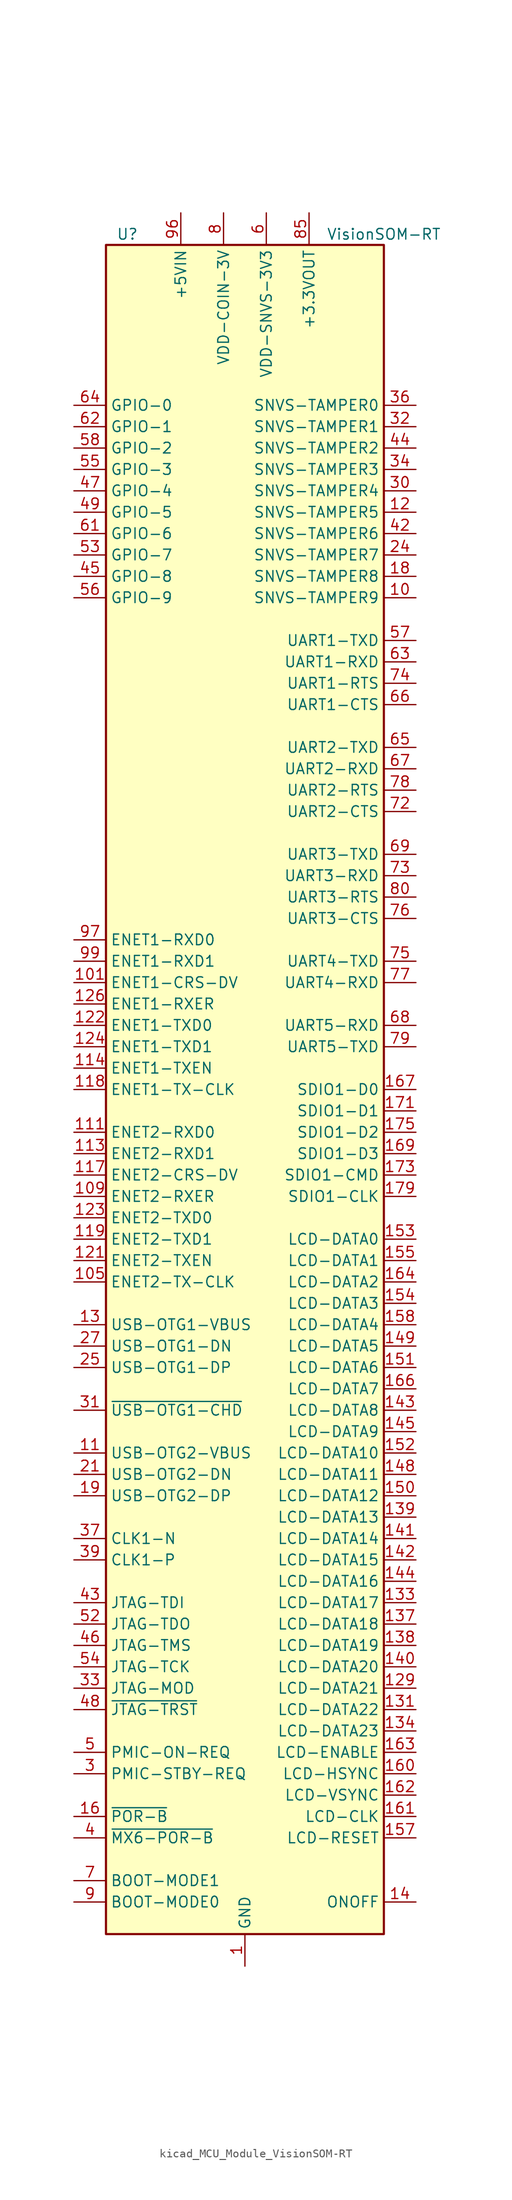
<source format=kicad_sym>
(kicad_symbol_lib
  (version 20220914)
  (generator kicad_symbol_editor)
  (symbol "kicad_MCU_Module_VisionSOM-RT"
    (property "Reference" "U"
      (at -13.97 101.6 0)
      (effects (font (size 1.27 1.27))))
    (property "Value" "VisionSOM-RT"
      (at 16.51 101.6 0)
      (effects (font (size 1.27 1.27))))
    (symbol "kicad_MCU_Module_VisionSOM-RT_0_1"
      (rectangle (start -16.51 100.33) (end 16.51 -100.33) (stroke (width 0.254) (type default)) (fill (type background))))
    (symbol "kicad_MCU_Module_VisionSOM-RT_1_1"
      (pin power_in line (at 0 -104.14 90) (length 3.81) (name "GND" (effects (font (size 1.27 1.27)))) (number "1" (effects (font (size 1.27 1.27)))))
      (pin bidirectional line (at 20.32 58.42 180) (length 3.81) (name "SNVS-TAMPER9" (effects (font (size 1.27 1.27)))) (number "10" (effects (font (size 1.27 1.27)))))
      (pin passive line (at -7.62 104.14 270) (length 3.81) hide (name "+5VIN" (effects (font (size 1.27 1.27)))) (number "100" (effects (font (size 1.27 1.27)))))
      (pin bidirectional line (at -20.32 12.7 0) (length 3.81) (name "ENET1-CRS-DV" (effects (font (size 1.27 1.27)))) (number "101" (effects (font (size 1.27 1.27)))))
      (pin passive line (at -7.62 104.14 270) (length 3.81) hide (name "+5VIN" (effects (font (size 1.27 1.27)))) (number "102" (effects (font (size 1.27 1.27)))))
      (pin passive line (at 0 -104.14 90) (length 3.81) hide (name "GND" (effects (font (size 1.27 1.27)))) (number "103" (effects (font (size 1.27 1.27)))))
      (pin passive line (at -7.62 104.14 270) (length 3.81) hide (name "+5VIN" (effects (font (size 1.27 1.27)))) (number "104" (effects (font (size 1.27 1.27)))))
      (pin bidirectional line (at -20.32 -22.86 0) (length 3.81) (name "ENET2-TX-CLK" (effects (font (size 1.27 1.27)))) (number "105" (effects (font (size 1.27 1.27)))))
      (pin passive line (at -7.62 104.14 270) (length 3.81) hide (name "+5VIN" (effects (font (size 1.27 1.27)))) (number "106" (effects (font (size 1.27 1.27)))))
      (pin passive line (at 0 -104.14 90) (length 3.81) hide (name "GND" (effects (font (size 1.27 1.27)))) (number "107" (effects (font (size 1.27 1.27)))))
      (pin passive line (at -7.62 104.14 270) (length 3.81) hide (name "+5VIN" (effects (font (size 1.27 1.27)))) (number "108" (effects (font (size 1.27 1.27)))))
      (pin bidirectional line (at -20.32 -12.7 0) (length 3.81) (name "ENET2-RXER" (effects (font (size 1.27 1.27)))) (number "109" (effects (font (size 1.27 1.27)))))
      (pin input line (at -20.32 -43.18 0) (length 3.81) (name "USB-OTG2-VBUS" (effects (font (size 1.27 1.27)))) (number "11" (effects (font (size 1.27 1.27)))))
      (pin passive line (at -7.62 104.14 270) (length 3.81) hide (name "+5VIN" (effects (font (size 1.27 1.27)))) (number "110" (effects (font (size 1.27 1.27)))))
      (pin bidirectional line (at -20.32 -5.08 0) (length 3.81) (name "ENET2-RXD0" (effects (font (size 1.27 1.27)))) (number "111" (effects (font (size 1.27 1.27)))))
      (pin passive line (at -7.62 104.14 270) (length 3.81) hide (name "+5VIN" (effects (font (size 1.27 1.27)))) (number "112" (effects (font (size 1.27 1.27)))))
      (pin bidirectional line (at -20.32 -7.62 0) (length 3.81) (name "ENET2-RXD1" (effects (font (size 1.27 1.27)))) (number "113" (effects (font (size 1.27 1.27)))))
      (pin bidirectional line (at -20.32 2.54 0) (length 3.81) (name "ENET1-TXEN" (effects (font (size 1.27 1.27)))) (number "114" (effects (font (size 1.27 1.27)))))
      (pin passive line (at 0 -104.14 90) (length 3.81) hide (name "GND" (effects (font (size 1.27 1.27)))) (number "115" (effects (font (size 1.27 1.27)))))
      (pin passive line (at 0 -104.14 90) (length 3.81) hide (name "GND" (effects (font (size 1.27 1.27)))) (number "116" (effects (font (size 1.27 1.27)))))
      (pin bidirectional line (at -20.32 -10.16 0) (length 3.81) (name "ENET2-CRS-DV" (effects (font (size 1.27 1.27)))) (number "117" (effects (font (size 1.27 1.27)))))
      (pin bidirectional line (at -20.32 0 0) (length 3.81) (name "ENET1-TX-CLK" (effects (font (size 1.27 1.27)))) (number "118" (effects (font (size 1.27 1.27)))))
      (pin bidirectional line (at -20.32 -17.78 0) (length 3.81) (name "ENET2-TXD1" (effects (font (size 1.27 1.27)))) (number "119" (effects (font (size 1.27 1.27)))))
      (pin bidirectional line (at 20.32 68.58 180) (length 3.81) (name "SNVS-TAMPER5" (effects (font (size 1.27 1.27)))) (number "12" (effects (font (size 1.27 1.27)))))
      (pin passive line (at 0 -104.14 90) (length 3.81) hide (name "GND" (effects (font (size 1.27 1.27)))) (number "120" (effects (font (size 1.27 1.27)))))
      (pin bidirectional line (at -20.32 -20.32 0) (length 3.81) (name "ENET2-TXEN" (effects (font (size 1.27 1.27)))) (number "121" (effects (font (size 1.27 1.27)))))
      (pin bidirectional line (at -20.32 7.62 0) (length 3.81) (name "ENET1-TXD0" (effects (font (size 1.27 1.27)))) (number "122" (effects (font (size 1.27 1.27)))))
      (pin bidirectional line (at -20.32 -15.24 0) (length 3.81) (name "ENET2-TXD0" (effects (font (size 1.27 1.27)))) (number "123" (effects (font (size 1.27 1.27)))))
      (pin bidirectional line (at -20.32 5.08 0) (length 3.81) (name "ENET1-TXD1" (effects (font (size 1.27 1.27)))) (number "124" (effects (font (size 1.27 1.27)))))
      (pin passive line (at 0 -104.14 90) (length 3.81) hide (name "GND" (effects (font (size 1.27 1.27)))) (number "125" (effects (font (size 1.27 1.27)))))
      (pin bidirectional line (at -20.32 10.16 0) (length 3.81) (name "ENET1-RXER" (effects (font (size 1.27 1.27)))) (number "126" (effects (font (size 1.27 1.27)))))
      (pin passive line (at 0 -104.14 90) (length 3.81) hide (name "GND" (effects (font (size 1.27 1.27)))) (number "127" (effects (font (size 1.27 1.27)))))
      (pin passive line (at 0 -104.14 90) (length 3.81) hide (name "GND" (effects (font (size 1.27 1.27)))) (number "128" (effects (font (size 1.27 1.27)))))
      (pin bidirectional line (at 20.32 -71.12 180) (length 3.81) (name "LCD-DATA21" (effects (font (size 1.27 1.27)))) (number "129" (effects (font (size 1.27 1.27)))))
      (pin input line (at -20.32 -27.94 0) (length 3.81) (name "USB-OTG1-VBUS" (effects (font (size 1.27 1.27)))) (number "13" (effects (font (size 1.27 1.27)))))
      (pin passive line (at 0 -104.14 90) (length 3.81) hide (name "GND" (effects (font (size 1.27 1.27)))) (number "130" (effects (font (size 1.27 1.27)))))
      (pin bidirectional line (at 20.32 -73.66 180) (length 3.81) (name "LCD-DATA22" (effects (font (size 1.27 1.27)))) (number "131" (effects (font (size 1.27 1.27)))))
      (pin passive line (at 0 -104.14 90) (length 3.81) hide (name "GND" (effects (font (size 1.27 1.27)))) (number "132" (effects (font (size 1.27 1.27)))))
      (pin bidirectional line (at 20.32 -60.96 180) (length 3.81) (name "LCD-DATA17" (effects (font (size 1.27 1.27)))) (number "133" (effects (font (size 1.27 1.27)))))
      (pin bidirectional line (at 20.32 -76.2 180) (length 3.81) (name "LCD-DATA23" (effects (font (size 1.27 1.27)))) (number "134" (effects (font (size 1.27 1.27)))))
      (pin passive line (at 0 -104.14 90) (length 3.81) hide (name "GND" (effects (font (size 1.27 1.27)))) (number "135" (effects (font (size 1.27 1.27)))))
      (pin passive line (at 0 -104.14 90) (length 3.81) hide (name "GND" (effects (font (size 1.27 1.27)))) (number "136" (effects (font (size 1.27 1.27)))))
      (pin bidirectional line (at 20.32 -63.5 180) (length 3.81) (name "LCD-DATA18" (effects (font (size 1.27 1.27)))) (number "137" (effects (font (size 1.27 1.27)))))
      (pin bidirectional line (at 20.32 -66.04 180) (length 3.81) (name "LCD-DATA19" (effects (font (size 1.27 1.27)))) (number "138" (effects (font (size 1.27 1.27)))))
      (pin bidirectional line (at 20.32 -50.8 180) (length 3.81) (name "LCD-DATA13" (effects (font (size 1.27 1.27)))) (number "139" (effects (font (size 1.27 1.27)))))
      (pin input line (at 20.32 -96.52 180) (length 3.81) (name "ONOFF" (effects (font (size 1.27 1.27)))) (number "14" (effects (font (size 1.27 1.27)))))
      (pin bidirectional line (at 20.32 -68.58 180) (length 3.81) (name "LCD-DATA20" (effects (font (size 1.27 1.27)))) (number "140" (effects (font (size 1.27 1.27)))))
      (pin bidirectional line (at 20.32 -53.34 180) (length 3.81) (name "LCD-DATA14" (effects (font (size 1.27 1.27)))) (number "141" (effects (font (size 1.27 1.27)))))
      (pin bidirectional line (at 20.32 -55.88 180) (length 3.81) (name "LCD-DATA15" (effects (font (size 1.27 1.27)))) (number "142" (effects (font (size 1.27 1.27)))))
      (pin bidirectional line (at 20.32 -38.1 180) (length 3.81) (name "LCD-DATA8" (effects (font (size 1.27 1.27)))) (number "143" (effects (font (size 1.27 1.27)))))
      (pin bidirectional line (at 20.32 -58.42 180) (length 3.81) (name "LCD-DATA16" (effects (font (size 1.27 1.27)))) (number "144" (effects (font (size 1.27 1.27)))))
      (pin bidirectional line (at 20.32 -40.64 180) (length 3.81) (name "LCD-DATA9" (effects (font (size 1.27 1.27)))) (number "145" (effects (font (size 1.27 1.27)))))
      (pin passive line (at 0 -104.14 90) (length 3.81) hide (name "GND" (effects (font (size 1.27 1.27)))) (number "146" (effects (font (size 1.27 1.27)))))
      (pin passive line (at 0 -104.14 90) (length 3.81) hide (name "GND" (effects (font (size 1.27 1.27)))) (number "147" (effects (font (size 1.27 1.27)))))
      (pin bidirectional line (at 20.32 -45.72 180) (length 3.81) (name "LCD-DATA11" (effects (font (size 1.27 1.27)))) (number "148" (effects (font (size 1.27 1.27)))))
      (pin bidirectional line (at 20.32 -30.48 180) (length 3.81) (name "LCD-DATA5" (effects (font (size 1.27 1.27)))) (number "149" (effects (font (size 1.27 1.27)))))
      (pin passive line (at 0 -104.14 90) (length 3.81) hide (name "GND" (effects (font (size 1.27 1.27)))) (number "15" (effects (font (size 1.27 1.27)))))
      (pin bidirectional line (at 20.32 -48.26 180) (length 3.81) (name "LCD-DATA12" (effects (font (size 1.27 1.27)))) (number "150" (effects (font (size 1.27 1.27)))))
      (pin bidirectional line (at 20.32 -33.02 180) (length 3.81) (name "LCD-DATA6" (effects (font (size 1.27 1.27)))) (number "151" (effects (font (size 1.27 1.27)))))
      (pin bidirectional line (at 20.32 -43.18 180) (length 3.81) (name "LCD-DATA10" (effects (font (size 1.27 1.27)))) (number "152" (effects (font (size 1.27 1.27)))))
      (pin bidirectional line (at 20.32 -17.78 180) (length 3.81) (name "LCD-DATA0" (effects (font (size 1.27 1.27)))) (number "153" (effects (font (size 1.27 1.27)))))
      (pin bidirectional line (at 20.32 -25.4 180) (length 3.81) (name "LCD-DATA3" (effects (font (size 1.27 1.27)))) (number "154" (effects (font (size 1.27 1.27)))))
      (pin bidirectional line (at 20.32 -20.32 180) (length 3.81) (name "LCD-DATA1" (effects (font (size 1.27 1.27)))) (number "155" (effects (font (size 1.27 1.27)))))
      (pin passive line (at 0 -104.14 90) (length 3.81) hide (name "GND" (effects (font (size 1.27 1.27)))) (number "156" (effects (font (size 1.27 1.27)))))
      (pin bidirectional line (at 20.32 -88.9 180) (length 3.81) (name "LCD-RESET" (effects (font (size 1.27 1.27)))) (number "157" (effects (font (size 1.27 1.27)))))
      (pin bidirectional line (at 20.32 -27.94 180) (length 3.81) (name "LCD-DATA4" (effects (font (size 1.27 1.27)))) (number "158" (effects (font (size 1.27 1.27)))))
      (pin passive line (at 0 -104.14 90) (length 3.81) hide (name "GND" (effects (font (size 1.27 1.27)))) (number "159" (effects (font (size 1.27 1.27)))))
      (pin input line (at -20.32 -86.36 0) (length 3.81) (name "~{POR-B}" (effects (font (size 1.27 1.27)))) (number "16" (effects (font (size 1.27 1.27)))))
      (pin bidirectional line (at 20.32 -81.28 180) (length 3.81) (name "LCD-HSYNC" (effects (font (size 1.27 1.27)))) (number "160" (effects (font (size 1.27 1.27)))))
      (pin bidirectional line (at 20.32 -86.36 180) (length 3.81) (name "LCD-CLK" (effects (font (size 1.27 1.27)))) (number "161" (effects (font (size 1.27 1.27)))))
      (pin bidirectional line (at 20.32 -83.82 180) (length 3.81) (name "LCD-VSYNC" (effects (font (size 1.27 1.27)))) (number "162" (effects (font (size 1.27 1.27)))))
      (pin bidirectional line (at 20.32 -78.74 180) (length 3.81) (name "LCD-ENABLE" (effects (font (size 1.27 1.27)))) (number "163" (effects (font (size 1.27 1.27)))))
      (pin bidirectional line (at 20.32 -22.86 180) (length 3.81) (name "LCD-DATA2" (effects (font (size 1.27 1.27)))) (number "164" (effects (font (size 1.27 1.27)))))
      (pin passive line (at 0 -104.14 90) (length 3.81) hide (name "GND" (effects (font (size 1.27 1.27)))) (number "165" (effects (font (size 1.27 1.27)))))
      (pin bidirectional line (at 20.32 -35.56 180) (length 3.81) (name "LCD-DATA7" (effects (font (size 1.27 1.27)))) (number "166" (effects (font (size 1.27 1.27)))))
      (pin bidirectional line (at 20.32 0 180) (length 3.81) (name "SDIO1-D0" (effects (font (size 1.27 1.27)))) (number "167" (effects (font (size 1.27 1.27)))))
      (pin passive line (at 0 -104.14 90) (length 3.81) hide (name "GND" (effects (font (size 1.27 1.27)))) (number "168" (effects (font (size 1.27 1.27)))))
      (pin bidirectional line (at 20.32 -7.62 180) (length 3.81) (name "SDIO1-D3" (effects (font (size 1.27 1.27)))) (number "169" (effects (font (size 1.27 1.27)))))
      (pin passive line (at 0 -104.14 90) (length 3.81) hide (name "GND" (effects (font (size 1.27 1.27)))) (number "17" (effects (font (size 1.27 1.27)))))
      (pin passive line (at 0 -104.14 90) (length 3.81) hide (name "GND" (effects (font (size 1.27 1.27)))) (number "170" (effects (font (size 1.27 1.27)))))
      (pin bidirectional line (at 20.32 -2.54 180) (length 3.81) (name "SDIO1-D1" (effects (font (size 1.27 1.27)))) (number "171" (effects (font (size 1.27 1.27)))))
      (pin passive line (at 0 -104.14 90) (length 3.81) hide (name "GND" (effects (font (size 1.27 1.27)))) (number "172" (effects (font (size 1.27 1.27)))))
      (pin bidirectional line (at 20.32 -10.16 180) (length 3.81) (name "SDIO1-CMD" (effects (font (size 1.27 1.27)))) (number "173" (effects (font (size 1.27 1.27)))))
      (pin passive line (at 0 -104.14 90) (length 3.81) hide (name "GND" (effects (font (size 1.27 1.27)))) (number "174" (effects (font (size 1.27 1.27)))))
      (pin bidirectional line (at 20.32 -5.08 180) (length 3.81) (name "SDIO1-D2" (effects (font (size 1.27 1.27)))) (number "175" (effects (font (size 1.27 1.27)))))
      (pin no_connect line (at -5.08 -99.06 90) (length 3.81) hide (name "NC" (effects (font (size 1.27 1.27)))) (number "176" (effects (font (size 1.27 1.27)))))
      (pin passive line (at 0 -104.14 90) (length 3.81) hide (name "GND" (effects (font (size 1.27 1.27)))) (number "177" (effects (font (size 1.27 1.27)))))
      (pin no_connect line (at -2.54 -99.06 90) (length 3.81) hide (name "NC" (effects (font (size 1.27 1.27)))) (number "178" (effects (font (size 1.27 1.27)))))
      (pin bidirectional line (at 20.32 -12.7 180) (length 3.81) (name "SDIO1-CLK" (effects (font (size 1.27 1.27)))) (number "179" (effects (font (size 1.27 1.27)))))
      (pin bidirectional line (at 20.32 60.96 180) (length 3.81) (name "SNVS-TAMPER8" (effects (font (size 1.27 1.27)))) (number "18" (effects (font (size 1.27 1.27)))))
      (pin no_connect line (at 2.54 -99.06 90) (length 3.81) hide (name "NC" (effects (font (size 1.27 1.27)))) (number "180" (effects (font (size 1.27 1.27)))))
      (pin passive line (at 0 -104.14 90) (length 3.81) hide (name "GND" (effects (font (size 1.27 1.27)))) (number "181" (effects (font (size 1.27 1.27)))))
      (pin no_connect line (at 5.08 -99.06 90) (length 3.81) hide (name "NC" (effects (font (size 1.27 1.27)))) (number "182" (effects (font (size 1.27 1.27)))))
      (pin no_connect line (at -15.24 22.86 0) (length 3.81) hide (name "NC" (effects (font (size 1.27 1.27)))) (number "183" (effects (font (size 1.27 1.27)))))
      (pin passive line (at 0 -104.14 90) (length 3.81) hide (name "GND" (effects (font (size 1.27 1.27)))) (number "184" (effects (font (size 1.27 1.27)))))
      (pin passive line (at 0 -104.14 90) (length 3.81) hide (name "GND" (effects (font (size 1.27 1.27)))) (number "185" (effects (font (size 1.27 1.27)))))
      (pin no_connect line (at -15.24 35.56 0) (length 3.81) hide (name "NC" (effects (font (size 1.27 1.27)))) (number "186" (effects (font (size 1.27 1.27)))))
      (pin no_connect line (at -15.24 25.4 0) (length 3.81) hide (name "NC" (effects (font (size 1.27 1.27)))) (number "187" (effects (font (size 1.27 1.27)))))
      (pin no_connect line (at -15.24 33.02 0) (length 3.81) hide (name "NC" (effects (font (size 1.27 1.27)))) (number "188" (effects (font (size 1.27 1.27)))))
      (pin passive line (at 0 -104.14 90) (length 3.81) hide (name "GND" (effects (font (size 1.27 1.27)))) (number "189" (effects (font (size 1.27 1.27)))))
      (pin bidirectional line (at -20.32 -48.26 0) (length 3.81) (name "USB-OTG2-DP" (effects (font (size 1.27 1.27)))) (number "19" (effects (font (size 1.27 1.27)))))
      (pin no_connect line (at -15.24 38.1 0) (length 3.81) hide (name "NC" (effects (font (size 1.27 1.27)))) (number "190" (effects (font (size 1.27 1.27)))))
      (pin no_connect line (at -15.24 40.64 0) (length 3.81) hide (name "NC" (effects (font (size 1.27 1.27)))) (number "191" (effects (font (size 1.27 1.27)))))
      (pin no_connect line (at -15.24 43.18 0) (length 3.81) hide (name "NC" (effects (font (size 1.27 1.27)))) (number "192" (effects (font (size 1.27 1.27)))))
      (pin no_connect line (at -15.24 48.26 0) (length 3.81) hide (name "NC" (effects (font (size 1.27 1.27)))) (number "193" (effects (font (size 1.27 1.27)))))
      (pin no_connect line (at -15.24 45.72 0) (length 3.81) hide (name "NC" (effects (font (size 1.27 1.27)))) (number "194" (effects (font (size 1.27 1.27)))))
      (pin no_connect line (at -15.24 50.8 0) (length 3.81) hide (name "NC" (effects (font (size 1.27 1.27)))) (number "195" (effects (font (size 1.27 1.27)))))
      (pin no_connect line (at -15.24 53.34 0) (length 3.81) hide (name "NC" (effects (font (size 1.27 1.27)))) (number "196" (effects (font (size 1.27 1.27)))))
      (pin no_connect line (at -15.24 30.48 0) (length 3.81) hide (name "NC" (effects (font (size 1.27 1.27)))) (number "197" (effects (font (size 1.27 1.27)))))
      (pin no_connect line (at -15.24 27.94 0) (length 3.81) hide (name "NC" (effects (font (size 1.27 1.27)))) (number "198" (effects (font (size 1.27 1.27)))))
      (pin passive line (at 0 -104.14 90) (length 3.81) hide (name "GND" (effects (font (size 1.27 1.27)))) (number "199" (effects (font (size 1.27 1.27)))))
      (pin passive line (at 0 -104.14 90) (length 3.81) hide (name "GND" (effects (font (size 1.27 1.27)))) (number "2" (effects (font (size 1.27 1.27)))))
      (pin passive line (at 0 -104.14 90) (length 3.81) hide (name "GND" (effects (font (size 1.27 1.27)))) (number "20" (effects (font (size 1.27 1.27)))))
      (pin passive line (at 0 -104.14 90) (length 3.81) hide (name "GND" (effects (font (size 1.27 1.27)))) (number "200" (effects (font (size 1.27 1.27)))))
      (pin bidirectional line (at -20.32 -45.72 0) (length 3.81) (name "USB-OTG2-DN" (effects (font (size 1.27 1.27)))) (number "21" (effects (font (size 1.27 1.27)))))
      (pin passive line (at 0 -104.14 90) (length 3.81) hide (name "GND" (effects (font (size 1.27 1.27)))) (number "22" (effects (font (size 1.27 1.27)))))
      (pin passive line (at 0 -104.14 90) (length 3.81) hide (name "GND" (effects (font (size 1.27 1.27)))) (number "23" (effects (font (size 1.27 1.27)))))
      (pin bidirectional line (at 20.32 63.5 180) (length 3.81) (name "SNVS-TAMPER7" (effects (font (size 1.27 1.27)))) (number "24" (effects (font (size 1.27 1.27)))))
      (pin bidirectional line (at -20.32 -33.02 0) (length 3.81) (name "USB-OTG1-DP" (effects (font (size 1.27 1.27)))) (number "25" (effects (font (size 1.27 1.27)))))
      (pin passive line (at 0 -104.14 90) (length 3.81) hide (name "GND" (effects (font (size 1.27 1.27)))) (number "26" (effects (font (size 1.27 1.27)))))
      (pin bidirectional line (at -20.32 -30.48 0) (length 3.81) (name "USB-OTG1-DN" (effects (font (size 1.27 1.27)))) (number "27" (effects (font (size 1.27 1.27)))))
      (pin passive line (at 0 -104.14 90) (length 3.81) hide (name "GND" (effects (font (size 1.27 1.27)))) (number "28" (effects (font (size 1.27 1.27)))))
      (pin passive line (at 0 -104.14 90) (length 3.81) hide (name "GND" (effects (font (size 1.27 1.27)))) (number "29" (effects (font (size 1.27 1.27)))))
      (pin output line (at -20.32 -81.28 0) (length 3.81) (name "PMIC-STBY-REQ" (effects (font (size 1.27 1.27)))) (number "3" (effects (font (size 1.27 1.27)))))
      (pin bidirectional line (at 20.32 71.12 180) (length 3.81) (name "SNVS-TAMPER4" (effects (font (size 1.27 1.27)))) (number "30" (effects (font (size 1.27 1.27)))))
      (pin open_collector line (at -20.32 -38.1 0) (length 3.81) (name "~{USB-OTG1-CHD}" (effects (font (size 1.27 1.27)))) (number "31" (effects (font (size 1.27 1.27)))))
      (pin bidirectional line (at 20.32 78.74 180) (length 3.81) (name "SNVS-TAMPER1" (effects (font (size 1.27 1.27)))) (number "32" (effects (font (size 1.27 1.27)))))
      (pin bidirectional line (at -20.32 -71.12 0) (length 3.81) (name "JTAG-MOD" (effects (font (size 1.27 1.27)))) (number "33" (effects (font (size 1.27 1.27)))))
      (pin bidirectional line (at 20.32 73.66 180) (length 3.81) (name "SNVS-TAMPER3" (effects (font (size 1.27 1.27)))) (number "34" (effects (font (size 1.27 1.27)))))
      (pin passive line (at 0 -104.14 90) (length 3.81) hide (name "GND" (effects (font (size 1.27 1.27)))) (number "35" (effects (font (size 1.27 1.27)))))
      (pin bidirectional line (at 20.32 81.28 180) (length 3.81) (name "SNVS-TAMPER0" (effects (font (size 1.27 1.27)))) (number "36" (effects (font (size 1.27 1.27)))))
      (pin bidirectional line (at -20.32 -53.34 0) (length 3.81) (name "CLK1-N" (effects (font (size 1.27 1.27)))) (number "37" (effects (font (size 1.27 1.27)))))
      (pin passive line (at 0 -104.14 90) (length 3.81) hide (name "GND" (effects (font (size 1.27 1.27)))) (number "38" (effects (font (size 1.27 1.27)))))
      (pin bidirectional line (at -20.32 -55.88 0) (length 3.81) (name "CLK1-P" (effects (font (size 1.27 1.27)))) (number "39" (effects (font (size 1.27 1.27)))))
      (pin input line (at -20.32 -88.9 0) (length 3.81) (name "~{MX6-POR-B}" (effects (font (size 1.27 1.27)))) (number "4" (effects (font (size 1.27 1.27)))))
      (pin passive line (at 0 -104.14 90) (length 3.81) hide (name "GND" (effects (font (size 1.27 1.27)))) (number "40" (effects (font (size 1.27 1.27)))))
      (pin passive line (at 0 -104.14 90) (length 3.81) hide (name "GND" (effects (font (size 1.27 1.27)))) (number "41" (effects (font (size 1.27 1.27)))))
      (pin bidirectional line (at 20.32 66.04 180) (length 3.81) (name "SNVS-TAMPER6" (effects (font (size 1.27 1.27)))) (number "42" (effects (font (size 1.27 1.27)))))
      (pin bidirectional line (at -20.32 -60.96 0) (length 3.81) (name "JTAG-TDI" (effects (font (size 1.27 1.27)))) (number "43" (effects (font (size 1.27 1.27)))))
      (pin bidirectional line (at 20.32 76.2 180) (length 3.81) (name "SNVS-TAMPER2" (effects (font (size 1.27 1.27)))) (number "44" (effects (font (size 1.27 1.27)))))
      (pin bidirectional line (at -20.32 60.96 0) (length 3.81) (name "GPIO-8" (effects (font (size 1.27 1.27)))) (number "45" (effects (font (size 1.27 1.27)))))
      (pin bidirectional line (at -20.32 -66.04 0) (length 3.81) (name "JTAG-TMS" (effects (font (size 1.27 1.27)))) (number "46" (effects (font (size 1.27 1.27)))))
      (pin bidirectional line (at -20.32 71.12 0) (length 3.81) (name "GPIO-4" (effects (font (size 1.27 1.27)))) (number "47" (effects (font (size 1.27 1.27)))))
      (pin bidirectional line (at -20.32 -73.66 0) (length 3.81) (name "~{JTAG-TRST}" (effects (font (size 1.27 1.27)))) (number "48" (effects (font (size 1.27 1.27)))))
      (pin bidirectional line (at -20.32 68.58 0) (length 3.81) (name "GPIO-5" (effects (font (size 1.27 1.27)))) (number "49" (effects (font (size 1.27 1.27)))))
      (pin output line (at -20.32 -78.74 0) (length 3.81) (name "PMIC-ON-REQ" (effects (font (size 1.27 1.27)))) (number "5" (effects (font (size 1.27 1.27)))))
      (pin passive line (at 0 -104.14 90) (length 3.81) hide (name "GND" (effects (font (size 1.27 1.27)))) (number "50" (effects (font (size 1.27 1.27)))))
      (pin passive line (at 0 -104.14 90) (length 3.81) hide (name "GND" (effects (font (size 1.27 1.27)))) (number "51" (effects (font (size 1.27 1.27)))))
      (pin bidirectional line (at -20.32 -63.5 0) (length 3.81) (name "JTAG-TDO" (effects (font (size 1.27 1.27)))) (number "52" (effects (font (size 1.27 1.27)))))
      (pin bidirectional line (at -20.32 63.5 0) (length 3.81) (name "GPIO-7" (effects (font (size 1.27 1.27)))) (number "53" (effects (font (size 1.27 1.27)))))
      (pin bidirectional line (at -20.32 -68.58 0) (length 3.81) (name "JTAG-TCK" (effects (font (size 1.27 1.27)))) (number "54" (effects (font (size 1.27 1.27)))))
      (pin bidirectional line (at -20.32 73.66 0) (length 3.81) (name "GPIO-3" (effects (font (size 1.27 1.27)))) (number "55" (effects (font (size 1.27 1.27)))))
      (pin bidirectional line (at -20.32 58.42 0) (length 3.81) (name "GPIO-9" (effects (font (size 1.27 1.27)))) (number "56" (effects (font (size 1.27 1.27)))))
      (pin bidirectional line (at 20.32 53.34 180) (length 3.81) (name "UART1-TXD" (effects (font (size 1.27 1.27)))) (number "57" (effects (font (size 1.27 1.27)))))
      (pin bidirectional line (at -20.32 76.2 0) (length 3.81) (name "GPIO-2" (effects (font (size 1.27 1.27)))) (number "58" (effects (font (size 1.27 1.27)))))
      (pin passive line (at 0 -104.14 90) (length 3.81) hide (name "GND" (effects (font (size 1.27 1.27)))) (number "59" (effects (font (size 1.27 1.27)))))
      (pin power_in line (at 2.54 104.14 270) (length 3.81) (name "VDD-SNVS-3V3" (effects (font (size 1.27 1.27)))) (number "6" (effects (font (size 1.27 1.27)))))
      (pin passive line (at 0 -104.14 90) (length 3.81) hide (name "GND" (effects (font (size 1.27 1.27)))) (number "60" (effects (font (size 1.27 1.27)))))
      (pin bidirectional line (at -20.32 66.04 0) (length 3.81) (name "GPIO-6" (effects (font (size 1.27 1.27)))) (number "61" (effects (font (size 1.27 1.27)))))
      (pin bidirectional line (at -20.32 78.74 0) (length 3.81) (name "GPIO-1" (effects (font (size 1.27 1.27)))) (number "62" (effects (font (size 1.27 1.27)))))
      (pin bidirectional line (at 20.32 50.8 180) (length 3.81) (name "UART1-RXD" (effects (font (size 1.27 1.27)))) (number "63" (effects (font (size 1.27 1.27)))))
      (pin bidirectional line (at -20.32 81.28 0) (length 3.81) (name "GPIO-0" (effects (font (size 1.27 1.27)))) (number "64" (effects (font (size 1.27 1.27)))))
      (pin bidirectional line (at 20.32 40.64 180) (length 3.81) (name "UART2-TXD" (effects (font (size 1.27 1.27)))) (number "65" (effects (font (size 1.27 1.27)))))
      (pin bidirectional line (at 20.32 45.72 180) (length 3.81) (name "UART1-CTS" (effects (font (size 1.27 1.27)))) (number "66" (effects (font (size 1.27 1.27)))))
      (pin bidirectional line (at 20.32 38.1 180) (length 3.81) (name "UART2-RXD" (effects (font (size 1.27 1.27)))) (number "67" (effects (font (size 1.27 1.27)))))
      (pin bidirectional line (at 20.32 7.62 180) (length 3.81) (name "UART5-RXD" (effects (font (size 1.27 1.27)))) (number "68" (effects (font (size 1.27 1.27)))))
      (pin bidirectional line (at 20.32 27.94 180) (length 3.81) (name "UART3-TXD" (effects (font (size 1.27 1.27)))) (number "69" (effects (font (size 1.27 1.27)))))
      (pin input line (at -20.32 -93.98 0) (length 3.81) (name "BOOT-MODE1" (effects (font (size 1.27 1.27)))) (number "7" (effects (font (size 1.27 1.27)))))
      (pin passive line (at 0 -104.14 90) (length 3.81) hide (name "GND" (effects (font (size 1.27 1.27)))) (number "70" (effects (font (size 1.27 1.27)))))
      (pin passive line (at 0 -104.14 90) (length 3.81) hide (name "GND" (effects (font (size 1.27 1.27)))) (number "71" (effects (font (size 1.27 1.27)))))
      (pin bidirectional line (at 20.32 33.02 180) (length 3.81) (name "UART2-CTS" (effects (font (size 1.27 1.27)))) (number "72" (effects (font (size 1.27 1.27)))))
      (pin bidirectional line (at 20.32 25.4 180) (length 3.81) (name "UART3-RXD" (effects (font (size 1.27 1.27)))) (number "73" (effects (font (size 1.27 1.27)))))
      (pin bidirectional line (at 20.32 48.26 180) (length 3.81) (name "UART1-RTS" (effects (font (size 1.27 1.27)))) (number "74" (effects (font (size 1.27 1.27)))))
      (pin bidirectional line (at 20.32 15.24 180) (length 3.81) (name "UART4-TXD" (effects (font (size 1.27 1.27)))) (number "75" (effects (font (size 1.27 1.27)))))
      (pin bidirectional line (at 20.32 20.32 180) (length 3.81) (name "UART3-CTS" (effects (font (size 1.27 1.27)))) (number "76" (effects (font (size 1.27 1.27)))))
      (pin bidirectional line (at 20.32 12.7 180) (length 3.81) (name "UART4-RXD" (effects (font (size 1.27 1.27)))) (number "77" (effects (font (size 1.27 1.27)))))
      (pin bidirectional line (at 20.32 35.56 180) (length 3.81) (name "UART2-RTS" (effects (font (size 1.27 1.27)))) (number "78" (effects (font (size 1.27 1.27)))))
      (pin bidirectional line (at 20.32 5.08 180) (length 3.81) (name "UART5-TXD" (effects (font (size 1.27 1.27)))) (number "79" (effects (font (size 1.27 1.27)))))
      (pin power_in line (at -2.54 104.14 270) (length 3.81) (name "VDD-COIN-3V" (effects (font (size 1.27 1.27)))) (number "8" (effects (font (size 1.27 1.27)))))
      (pin bidirectional line (at 20.32 22.86 180) (length 3.81) (name "UART3-RTS" (effects (font (size 1.27 1.27)))) (number "80" (effects (font (size 1.27 1.27)))))
      (pin passive line (at 0 -104.14 90) (length 3.81) hide (name "GND" (effects (font (size 1.27 1.27)))) (number "81" (effects (font (size 1.27 1.27)))))
      (pin passive line (at 0 -104.14 90) (length 3.81) hide (name "GND" (effects (font (size 1.27 1.27)))) (number "82" (effects (font (size 1.27 1.27)))))
      (pin no_connect line (at 15.24 -93.98 180) (length 3.81) hide (name "NC" (effects (font (size 1.27 1.27)))) (number "83" (effects (font (size 1.27 1.27)))))
      (pin passive line (at 0 -104.14 90) (length 3.81) hide (name "GND" (effects (font (size 1.27 1.27)))) (number "84" (effects (font (size 1.27 1.27)))))
      (pin power_out line (at 7.62 104.14 270) (length 3.81) (name "+3.3VOUT" (effects (font (size 1.27 1.27)))) (number "85" (effects (font (size 1.27 1.27)))))
      (pin no_connect line (at -15.24 -76.2 0) (length 2.54) hide (name "NC" (effects (font (size 1.27 1.27)))) (number "86" (effects (font (size 1.27 1.27)))))
      (pin passive line (at 7.62 104.14 270) (length 3.81) hide (name "+3.3VOUT" (effects (font (size 1.27 1.27)))) (number "87" (effects (font (size 1.27 1.27)))))
      (pin passive line (at 7.62 104.14 270) (length 3.81) hide (name "+3.3VOUT" (effects (font (size 1.27 1.27)))) (number "88" (effects (font (size 1.27 1.27)))))
      (pin passive line (at 7.62 104.14 270) (length 3.81) hide (name "+3.3VOUT" (effects (font (size 1.27 1.27)))) (number "89" (effects (font (size 1.27 1.27)))))
      (pin input line (at -20.32 -96.52 0) (length 3.81) (name "BOOT-MODE0" (effects (font (size 1.27 1.27)))) (number "9" (effects (font (size 1.27 1.27)))))
      (pin passive line (at 7.62 104.14 270) (length 3.81) hide (name "+3.3VOUT" (effects (font (size 1.27 1.27)))) (number "90" (effects (font (size 1.27 1.27)))))
      (pin passive line (at 7.62 104.14 270) (length 3.81) hide (name "+3.3VOUT" (effects (font (size 1.27 1.27)))) (number "91" (effects (font (size 1.27 1.27)))))
      (pin passive line (at 7.62 104.14 270) (length 3.81) hide (name "+3.3VOUT" (effects (font (size 1.27 1.27)))) (number "92" (effects (font (size 1.27 1.27)))))
      (pin passive line (at 7.62 104.14 270) (length 3.81) hide (name "+3.3VOUT" (effects (font (size 1.27 1.27)))) (number "93" (effects (font (size 1.27 1.27)))))
      (pin no_connect line (at -15.24 -83.82 0) (length 2.54) hide (name "NC" (effects (font (size 1.27 1.27)))) (number "94" (effects (font (size 1.27 1.27)))))
      (pin no_connect line (at -15.24 -91.44 0) (length 2.54) hide (name "NC" (effects (font (size 1.27 1.27)))) (number "95" (effects (font (size 1.27 1.27)))))
      (pin power_in line (at -7.62 104.14 270) (length 3.81) (name "+5VIN" (effects (font (size 1.27 1.27)))) (number "96" (effects (font (size 1.27 1.27)))))
      (pin bidirectional line (at -20.32 17.78 0) (length 3.81) (name "ENET1-RXD0" (effects (font (size 1.27 1.27)))) (number "97" (effects (font (size 1.27 1.27)))))
      (pin passive line (at -7.62 104.14 270) (length 3.81) hide (name "+5VIN" (effects (font (size 1.27 1.27)))) (number "98" (effects (font (size 1.27 1.27)))))
      (pin bidirectional line (at -20.32 15.24 0) (length 3.81) (name "ENET1-RXD1" (effects (font (size 1.27 1.27)))) (number "99" (effects (font (size 1.27 1.27))))))))
</source>
